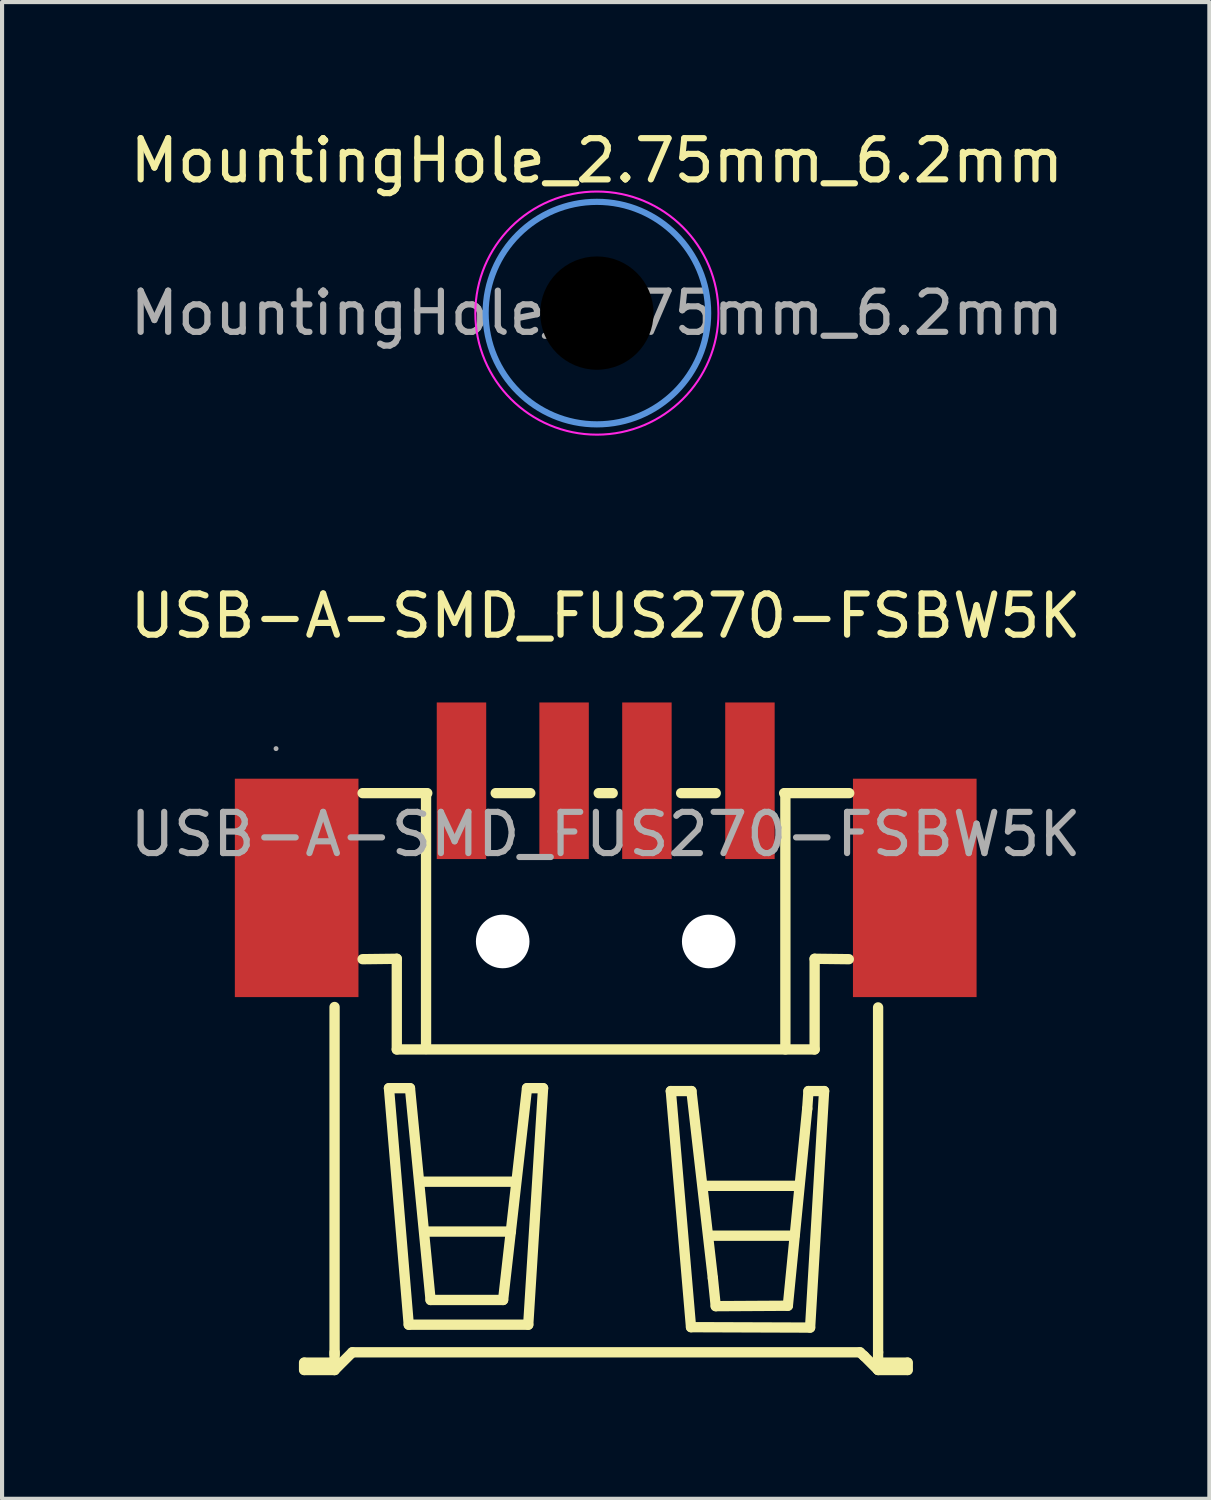
<source format=kicad_pcb>
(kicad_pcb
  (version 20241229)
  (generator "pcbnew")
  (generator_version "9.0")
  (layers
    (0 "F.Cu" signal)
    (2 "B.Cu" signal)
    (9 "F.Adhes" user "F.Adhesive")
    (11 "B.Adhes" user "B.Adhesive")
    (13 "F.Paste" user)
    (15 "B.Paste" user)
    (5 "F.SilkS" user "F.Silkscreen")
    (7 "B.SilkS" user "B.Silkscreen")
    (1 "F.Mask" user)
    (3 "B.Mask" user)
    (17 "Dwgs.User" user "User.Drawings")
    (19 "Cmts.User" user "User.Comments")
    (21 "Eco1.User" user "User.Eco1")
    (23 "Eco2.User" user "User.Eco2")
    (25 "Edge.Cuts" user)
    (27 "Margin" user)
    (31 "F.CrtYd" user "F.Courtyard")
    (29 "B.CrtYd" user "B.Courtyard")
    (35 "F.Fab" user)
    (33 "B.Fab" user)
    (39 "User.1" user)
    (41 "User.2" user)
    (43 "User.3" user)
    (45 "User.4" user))
  (footprint "USB-A-SMD_FUS270-FSBW5K"
    (layer "F.Cu")
    (at 11.649 17.197)
    (property "Reference" "USB-A-SMD_FUS270-FSBW5K" (at 0 -5.3 0) (layer "F.SilkS") (effects (font (size 1 1) (thickness 0.15))))
    (attr smd)
    (fp_line (start -7.32 12.82) (end -7.32 13) (stroke (width 0.25) (type solid)) (layer "F.SilkS"))
    (fp_line (start -7.31 12.82) (end -6.58 12.82) (stroke (width 0.25) (type solid)) (layer "F.SilkS"))
    (fp_line (start -7.31 13) (end -6.58 13) (stroke (width 0.25) (type solid)) (layer "F.SilkS"))
    (fp_line (start -6.58 4.19) (end -6.58 12.62) (stroke (width 0.25) (type solid)) (layer "F.SilkS"))
    (fp_line (start -6.58 12.82) (end -6.58 12.57) (stroke (width 0.25) (type solid)) (layer "F.SilkS"))
    (fp_line (start -6.58 13) (end -6.58 12.75) (stroke (width 0.25) (type solid)) (layer "F.SilkS"))
    (fp_line (start -6.15 12.57) (end -6.58 13) (stroke (width 0.25) (type solid)) (layer "F.SilkS"))
    (fp_line (start -5.9 3.03) (end -5.07 3.02) (stroke (width 0.25) (type solid)) (layer "F.SilkS"))
    (fp_line (start -5.26 6.16) (end -4.75 6.16) (stroke (width 0.25) (type solid)) (layer "F.SilkS"))
    (fp_line (start -5.07 3.02) (end -5.07 5.22) (stroke (width 0.25) (type solid)) (layer "F.SilkS"))
    (fp_line (start -5.07 5.22) (end 5.07 5.22) (stroke (width 0.25) (type solid)) (layer "F.SilkS"))
    (fp_line (start -4.78 11.9) (end -5.26 6.16) (stroke (width 0.25) (type solid)) (layer "F.SilkS"))
    (fp_line (start -4.75 6.16) (end -4.25 11.3) (stroke (width 0.25) (type solid)) (layer "F.SilkS"))
    (fp_line (start -4.47 8.43) (end -2.21 8.43) (stroke (width 0.25) (type solid)) (layer "F.SilkS"))
    (fp_line (start -4.36 5.21) (end -4.36 -1) (stroke (width 0.25) (type solid)) (layer "F.SilkS"))
    (fp_line (start -4.33 -1) (end -5.9 -1) (stroke (width 0.25) (type solid)) (layer "F.SilkS"))
    (fp_line (start -4.33 9.64) (end -2.3 9.64) (stroke (width 0.25) (type solid)) (layer "F.SilkS"))
    (fp_line (start -4.25 11.3) (end -2.49 11.3) (stroke (width 0.25) (type solid)) (layer "F.SilkS"))
    (fp_line (start -2.67 -1) (end -1.83 -1) (stroke (width 0.25) (type solid)) (layer "F.SilkS"))
    (fp_line (start -2.49 11.3) (end -1.91 6.16) (stroke (width 0.25) (type solid)) (layer "F.SilkS"))
    (fp_line (start -1.91 6.16) (end -1.52 6.16) (stroke (width 0.25) (type solid)) (layer "F.SilkS"))
    (fp_line (start -1.88 11.9) (end -4.78 11.9) (stroke (width 0.25) (type solid)) (layer "F.SilkS"))
    (fp_line (start -1.52 6.16) (end -1.88 11.9) (stroke (width 0.25) (type solid)) (layer "F.SilkS"))
    (fp_line (start -0.17 -1) (end 0.17 -1) (stroke (width 0.25) (type solid)) (layer "F.SilkS"))
    (fp_line (start 1.58 6.23) (end 2.08 6.23) (stroke (width 0.25) (type solid)) (layer "F.SilkS"))
    (fp_line (start 1.83 -1) (end 2.67 -1) (stroke (width 0.25) (type solid)) (layer "F.SilkS"))
    (fp_line (start 2.07 11.96) (end 1.58 6.23) (stroke (width 0.25) (type solid)) (layer "F.SilkS"))
    (fp_line (start 2.08 6.23) (end 2.6 10.77) (stroke (width 0.25) (type solid)) (layer "F.SilkS"))
    (fp_line (start 2.41 8.53) (end 4.67 8.53) (stroke (width 0.25) (type solid)) (layer "F.SilkS"))
    (fp_line (start 2.55 9.74) (end 4.58 9.74) (stroke (width 0.25) (type solid)) (layer "F.SilkS"))
    (fp_line (start 2.6 10.77) (end 2.67 11.45) (stroke (width 0.25) (type solid)) (layer "F.SilkS"))
    (fp_line (start 2.67 11.45) (end 4.42 11.44) (stroke (width 0.25) (type solid)) (layer "F.SilkS"))
    (fp_line (start 4.33 -1) (end 5.91 -1) (stroke (width 0.25) (type solid)) (layer "F.SilkS"))
    (fp_line (start 4.36 5.22) (end 4.36 -1) (stroke (width 0.25) (type solid)) (layer "F.SilkS"))
    (fp_line (start 4.42 11.44) (end 4.89 6.66) (stroke (width 0.25) (type solid)) (layer "F.SilkS"))
    (fp_line (start 4.89 6.66) (end 4.92 6.23) (stroke (width 0.25) (type solid)) (layer "F.SilkS"))
    (fp_line (start 4.92 6.23) (end 5.3 6.23) (stroke (width 0.25) (type solid)) (layer "F.SilkS"))
    (fp_line (start 4.96 11.97) (end 2.07 11.96) (stroke (width 0.25) (type solid)) (layer "F.SilkS"))
    (fp_line (start 5.07 3.02) (end 5.9 3.03) (stroke (width 0.25) (type solid)) (layer "F.SilkS"))
    (fp_line (start 5.07 5.22) (end 5.07 3.02) (stroke (width 0.25) (type solid)) (layer "F.SilkS"))
    (fp_line (start 5.3 6.23) (end 4.96 11.97) (stroke (width 0.25) (type solid)) (layer "F.SilkS"))
    (fp_line (start 6.17 12.57) (end -6.15 12.57) (stroke (width 0.25) (type solid)) (layer "F.SilkS"))
    (fp_line (start 6.17 12.57) (end 6.27 12.66) (stroke (width 0.25) (type solid)) (layer "F.SilkS"))
    (fp_line (start 6.27 12.66) (end 6.6 12.99) (stroke (width 0.25) (type solid)) (layer "F.SilkS"))
    (fp_line (start 6.61 12.57) (end 6.61 4.2) (stroke (width 0.25) (type solid)) (layer "F.SilkS"))
    (fp_line (start 6.61 12.82) (end 6.61 12.57) (stroke (width 0.25) (type solid)) (layer "F.SilkS"))
    (fp_line (start 6.61 13) (end 6.61 12.75) (stroke (width 0.25) (type solid)) (layer "F.SilkS"))
    (fp_line (start 7.32 12.82) (end 6.61 12.82) (stroke (width 0.25) (type solid)) (layer "F.SilkS"))
    (fp_line (start 7.32 13) (end 6.61 13) (stroke (width 0.25) (type solid)) (layer "F.SilkS"))
    (fp_line (start 7.33 12.82) (end 7.33 13) (stroke (width 0.25) (type solid)) (layer "F.SilkS"))
    (fp_circle (center -2.5 2.6) (end -2.24 2.6) (stroke (width 0.52) (type solid)) (fill no) (layer "Cmts.User"))
    (fp_circle (center 2.5 2.6) (end 2.76 2.6) (stroke (width 0.52) (type solid)) (fill no) (layer "Cmts.User"))
    (fp_circle (center -8 -2.08) (end -7.97 -2.08) (stroke (width 0.06) (type solid)) (fill no) (layer "F.Fab"))
    (fp_text user "${REFERENCE}" (at 0 0 0) (layer "F.Fab") (effects (font (size 1 1) (thickness 0.15))))
    (pad "" np_thru_hole circle (at -2.5 2.6) (size 1.3 1.3) (drill 1.3) (layers "*.Cu" "*.Mask"))
    (pad "" np_thru_hole circle (at 2.5 2.6) (size 1.3 1.3) (drill 1.3) (layers "*.Cu" "*.Mask"))
    (pad "1" smd rect (at -3.5 -1.3) (size 1.2 3.8) (layers "F.Cu" "F.Mask" "F.Paste"))
    (pad "2" smd rect (at -1.01 -1.3) (size 1.2 3.8) (layers "F.Cu" "F.Mask" "F.Paste"))
    (pad "3" smd rect (at 1 -1.3) (size 1.2 3.8) (layers "F.Cu" "F.Mask" "F.Paste"))
    (pad "4" smd rect (at 3.5 -1.3) (size 1.2 3.8) (layers "F.Cu" "F.Mask" "F.Paste"))
    (pad "5" smd rect (at -7.5 1.3) (size 3 5.3) (layers "F.Cu" "F.Mask" "F.Paste"))
    (pad "5" smd rect (at 7.5 1.3) (size 3 5.3) (layers "F.Cu" "F.Mask" "F.Paste")))
  (footprint "MountingHole_2.75mm_6.2mm"
    (layer "F.Cu")
    (at 11.435 4.548)
    (property "Reference" "MountingHole_2.75mm_6.2mm" (at 0 -3.7 0) (layer "F.SilkS") (effects (font (size 1 1) (thickness 0.15))))
    (attr exclude_from_pos_files exclude_from_bom)
    (fp_circle (center 0 0) (end 2.7 0) (stroke (width 0.15) (type solid)) (fill no) (layer "Cmts.User"))
    (fp_circle (center 0 0) (end 2.95 0) (stroke (width 0.05) (type solid)) (fill no) (layer "F.CrtYd"))
    (fp_text user "${REFERENCE}" (at 0 0 0) (layer "F.Fab") (effects (font (size 1 1) (thickness 0.15))))
    (pad "" np_thru_hole circle (at 0 0) (size 6.2 6.2) (drill 2.75) (layers "*.Mask"))
    (zone (net_name "") (layers "F.Cu" "B.Cu") (hatch edge 0.5) (connect_pads) (min_thickness 0.25) (filled_areas_thickness no) (keepout (tracks not_allowed) (vias not_allowed) (pads not_allowed) (copperpour not_allowed) (footprints allowed)) (placement (enabled no)) (fill) (polygon (pts (xy 14.935 4.548) (xy 14.915 4.182) (xy 14.858 3.821) (xy 14.763 3.467) (xy 14.632 3.125) (xy 14.466 2.798) (xy 14.266 2.491) (xy 14.036 2.206) (xy 13.776 1.947) (xy 13.492 1.717) (xy 13.185 1.517) (xy 12.858 1.351) (xy 12.516 1.22) (xy 12.162 1.125) (xy 11.8 1.067) (xy 11.435 1.048) (xy 11.069 1.067) (xy 10.707 1.125) (xy 10.353 1.22) (xy 10.011 1.351) (xy 9.685 1.517) (xy 9.377 1.717) (xy 9.093 1.947) (xy 8.834 2.206) (xy 8.603 2.491) (xy 8.403 2.798) (xy 8.237 3.125) (xy 8.106 3.467) (xy 8.011 3.821) (xy 7.954 4.182) (xy 7.935 4.548) (xy 7.954 4.914) (xy 8.011 5.276) (xy 8.106 5.63) (xy 8.237 5.972) (xy 8.403 6.298) (xy 8.603 6.605) (xy 8.834 6.89) (xy 9.093 7.149) (xy 9.377 7.38) (xy 9.685 7.579) (xy 10.011 7.746) (xy 10.353 7.877) (xy 10.707 7.972) (xy 11.069 8.029) (xy 11.435 8.048) (xy 11.8 8.029) (xy 12.162 7.972) (xy 12.516 7.877) (xy 12.858 7.746) (xy 13.185 7.579) (xy 13.492 7.38) (xy 13.776 7.149) (xy 14.036 6.89) (xy 14.266 6.605) (xy 14.466 6.298) (xy 14.632 5.972) (xy 14.763 5.63) (xy 14.858 5.276) (xy 14.915 4.914)))))
  (gr_rect
    (start -3 -3)
    (end 26.298 33.322)
    (stroke (width 0.1) (type default))
    (fill no)
    (layer "Edge.Cuts")))
</source>
